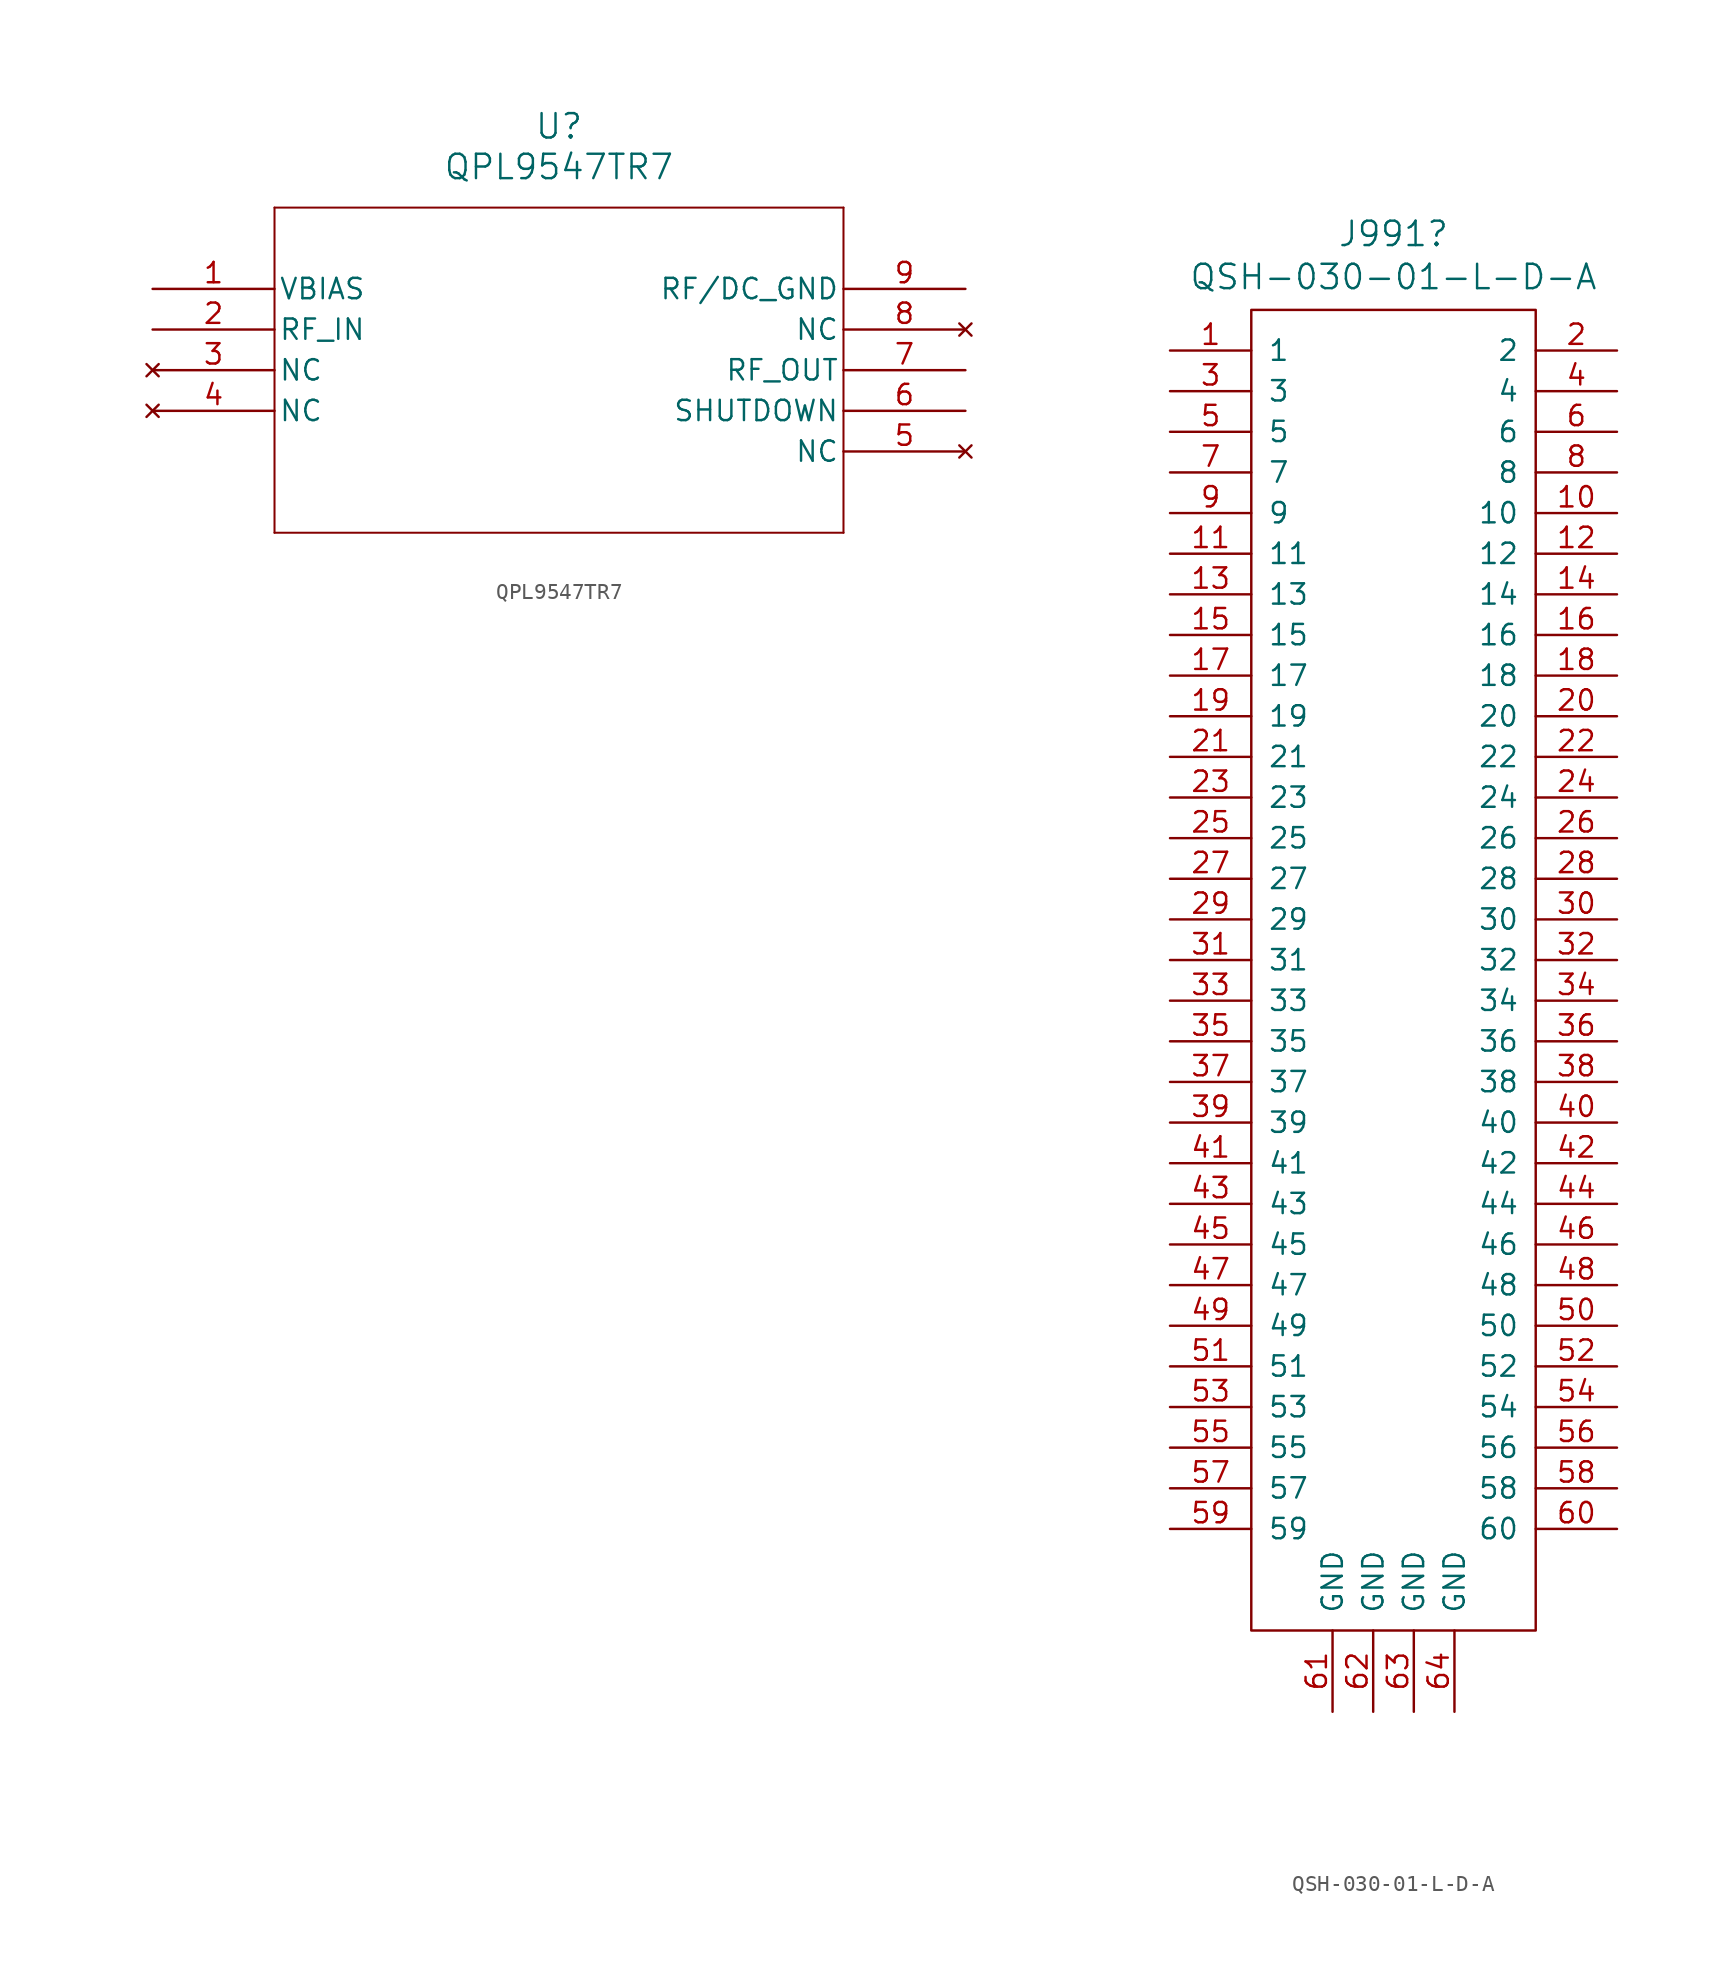
<source format=kicad_sym>
(kicad_symbol_lib
  (version 20241209)
  (generator "kicad_symbol_editor")
  (generator_version "9.0")
  (symbol "QPL9547TR7"
    (pin_names
      (offset 0.254))
    (property "Reference" "U"
      (at 25.4 10.16 0)
      (effects (font (size 1.524 1.524))))
    (property "Value" "QPL9547TR7"
      (at 25.4 7.62 0)
      (effects (font (size 1.524 1.524))))
    (symbol "QPL9547TR7_0_1"
      (polyline (pts (xy 7.62 5.08) (xy 7.62 -15.24)) (stroke (width 0.127) (type default)) (fill (type none)))
      (polyline (pts (xy 7.62 -15.24) (xy 43.18 -15.24)) (stroke (width 0.127) (type default)) (fill (type none)))
      (polyline (pts (xy 43.18 5.08) (xy 7.62 5.08)) (stroke (width 0.127) (type default)) (fill (type none)))
      (polyline (pts (xy 43.18 -15.24) (xy 43.18 5.08)) (stroke (width 0.127) (type default)) (fill (type none)))
      (pin unspecified line (at 0 0 0) (length 7.62) (name "VBIAS" (effects (font (size 1.27 1.27)))) (number "1" (effects (font (size 1.27 1.27)))))
      (pin input line (at 0 -2.54 0) (length 7.62) (name "RF_IN" (effects (font (size 1.27 1.27)))) (number "2" (effects (font (size 1.27 1.27)))))
      (pin no_connect line (at 0 -5.08 0) (length 7.62) (name "NC" (effects (font (size 1.27 1.27)))) (number "3" (effects (font (size 1.27 1.27)))))
      (pin no_connect line (at 0 -7.62 0) (length 7.62) (name "NC" (effects (font (size 1.27 1.27)))) (number "4" (effects (font (size 1.27 1.27)))))
      (pin power_out line (at 50.8 0 180) (length 7.62) (name "RF/DC_GND" (effects (font (size 1.27 1.27)))) (number "9" (effects (font (size 1.27 1.27)))))
      (pin no_connect line (at 50.8 -2.54 180) (length 7.62) (name "NC" (effects (font (size 1.27 1.27)))) (number "8" (effects (font (size 1.27 1.27)))))
      (pin output line (at 50.8 -5.08 180) (length 7.62) (name "RF_OUT" (effects (font (size 1.27 1.27)))) (number "7" (effects (font (size 1.27 1.27)))))
      (pin unspecified line (at 50.8 -7.62 180) (length 7.62) (name "SHUTDOWN" (effects (font (size 1.27 1.27)))) (number "6" (effects (font (size 1.27 1.27)))))
      (pin no_connect line (at 50.8 -10.16 180) (length 7.62) (name "NC" (effects (font (size 1.27 1.27)))) (number "5" (effects (font (size 1.27 1.27)))))))
  (symbol "QSH-030-01-L-D-A"
    (pin_names
      (offset 1.016))
    (property "Reference" "J991"
      (at 0 44.12 0)
      (effects (font (size 1.524 1.524))))
    (property "Value" "QSH-030-01-L-D-A"
      (at 0 41.427 0)
      (effects (font (size 1.524 1.524))))
    (symbol "QSH-030-01-L-D-A_0_1"
      (rectangle (start -8.89 39.37) (end 8.89 -43.18) (stroke (width 0) (type default)) (fill (type none))))
    (symbol "QSH-030-01-L-D-A_1_1"
      (pin passive line (at -13.97 36.83 0) (length 5.08) (name "1" (effects (font (size 1.27 1.27)))) (number "1" (effects (font (size 1.27 1.27)))))
      (pin passive line (at -13.97 34.29 0) (length 5.08) (name "3" (effects (font (size 1.27 1.27)))) (number "3" (effects (font (size 1.27 1.27)))))
      (pin passive line (at -13.97 31.75 0) (length 5.08) (name "5" (effects (font (size 1.27 1.27)))) (number "5" (effects (font (size 1.27 1.27)))))
      (pin passive line (at -13.97 29.21 0) (length 5.08) (name "7" (effects (font (size 1.27 1.27)))) (number "7" (effects (font (size 1.27 1.27)))))
      (pin passive line (at -13.97 26.67 0) (length 5.08) (name "9" (effects (font (size 1.27 1.27)))) (number "9" (effects (font (size 1.27 1.27)))))
      (pin passive line (at -13.97 24.13 0) (length 5.08) (name "11" (effects (font (size 1.27 1.27)))) (number "11" (effects (font (size 1.27 1.27)))))
      (pin passive line (at -13.97 21.59 0) (length 5.08) (name "13" (effects (font (size 1.27 1.27)))) (number "13" (effects (font (size 1.27 1.27)))))
      (pin passive line (at -13.97 19.05 0) (length 5.08) (name "15" (effects (font (size 1.27 1.27)))) (number "15" (effects (font (size 1.27 1.27)))))
      (pin passive line (at -13.97 16.51 0) (length 5.08) (name "17" (effects (font (size 1.27 1.27)))) (number "17" (effects (font (size 1.27 1.27)))))
      (pin passive line (at -13.97 13.97 0) (length 5.08) (name "19" (effects (font (size 1.27 1.27)))) (number "19" (effects (font (size 1.27 1.27)))))
      (pin passive line (at -13.97 11.43 0) (length 5.08) (name "21" (effects (font (size 1.27 1.27)))) (number "21" (effects (font (size 1.27 1.27)))))
      (pin passive line (at -13.97 8.89 0) (length 5.08) (name "23" (effects (font (size 1.27 1.27)))) (number "23" (effects (font (size 1.27 1.27)))))
      (pin passive line (at -13.97 6.35 0) (length 5.08) (name "25" (effects (font (size 1.27 1.27)))) (number "25" (effects (font (size 1.27 1.27)))))
      (pin passive line (at -13.97 3.81 0) (length 5.08) (name "27" (effects (font (size 1.27 1.27)))) (number "27" (effects (font (size 1.27 1.27)))))
      (pin passive line (at -13.97 1.27 0) (length 5.08) (name "29" (effects (font (size 1.27 1.27)))) (number "29" (effects (font (size 1.27 1.27)))))
      (pin passive line (at -13.97 -1.27 0) (length 5.08) (name "31" (effects (font (size 1.27 1.27)))) (number "31" (effects (font (size 1.27 1.27)))))
      (pin passive line (at -13.97 -3.81 0) (length 5.08) (name "33" (effects (font (size 1.27 1.27)))) (number "33" (effects (font (size 1.27 1.27)))))
      (pin passive line (at -13.97 -6.35 0) (length 5.08) (name "35" (effects (font (size 1.27 1.27)))) (number "35" (effects (font (size 1.27 1.27)))))
      (pin passive line (at -13.97 -8.89 0) (length 5.08) (name "37" (effects (font (size 1.27 1.27)))) (number "37" (effects (font (size 1.27 1.27)))))
      (pin passive line (at -13.97 -11.43 0) (length 5.08) (name "39" (effects (font (size 1.27 1.27)))) (number "39" (effects (font (size 1.27 1.27)))))
      (pin passive line (at -13.97 -13.97 0) (length 5.08) (name "41" (effects (font (size 1.27 1.27)))) (number "41" (effects (font (size 1.27 1.27)))))
      (pin passive line (at -13.97 -16.51 0) (length 5.08) (name "43" (effects (font (size 1.27 1.27)))) (number "43" (effects (font (size 1.27 1.27)))))
      (pin passive line (at -13.97 -19.05 0) (length 5.08) (name "45" (effects (font (size 1.27 1.27)))) (number "45" (effects (font (size 1.27 1.27)))))
      (pin passive line (at -13.97 -21.59 0) (length 5.08) (name "47" (effects (font (size 1.27 1.27)))) (number "47" (effects (font (size 1.27 1.27)))))
      (pin passive line (at -13.97 -24.13 0) (length 5.08) (name "49" (effects (font (size 1.27 1.27)))) (number "49" (effects (font (size 1.27 1.27)))))
      (pin passive line (at -13.97 -26.67 0) (length 5.08) (name "51" (effects (font (size 1.27 1.27)))) (number "51" (effects (font (size 1.27 1.27)))))
      (pin passive line (at -13.97 -29.21 0) (length 5.08) (name "53" (effects (font (size 1.27 1.27)))) (number "53" (effects (font (size 1.27 1.27)))))
      (pin passive line (at -13.97 -31.75 0) (length 5.08) (name "55" (effects (font (size 1.27 1.27)))) (number "55" (effects (font (size 1.27 1.27)))))
      (pin passive line (at -13.97 -34.29 0) (length 5.08) (name "57" (effects (font (size 1.27 1.27)))) (number "57" (effects (font (size 1.27 1.27)))))
      (pin passive line (at -13.97 -36.83 0) (length 5.08) (name "59" (effects (font (size 1.27 1.27)))) (number "59" (effects (font (size 1.27 1.27)))))
      (pin power_in line (at -3.81 -48.26 90) (length 5.08) (name "GND" (effects (font (size 1.27 1.27)))) (number "61" (effects (font (size 1.27 1.27)))))
      (pin power_in line (at -1.27 -48.26 90) (length 5.08) (name "GND" (effects (font (size 1.27 1.27)))) (number "62" (effects (font (size 1.27 1.27)))))
      (pin power_in line (at 1.27 -48.26 90) (length 5.08) (name "GND" (effects (font (size 1.27 1.27)))) (number "63" (effects (font (size 1.27 1.27)))))
      (pin power_in line (at 3.81 -48.26 90) (length 5.08) (name "GND" (effects (font (size 1.27 1.27)))) (number "64" (effects (font (size 1.27 1.27)))))
      (pin passive line (at 13.97 36.83 180) (length 5.08) (name "2" (effects (font (size 1.27 1.27)))) (number "2" (effects (font (size 1.27 1.27)))))
      (pin passive line (at 13.97 34.29 180) (length 5.08) (name "4" (effects (font (size 1.27 1.27)))) (number "4" (effects (font (size 1.27 1.27)))))
      (pin passive line (at 13.97 31.75 180) (length 5.08) (name "6" (effects (font (size 1.27 1.27)))) (number "6" (effects (font (size 1.27 1.27)))))
      (pin passive line (at 13.97 29.21 180) (length 5.08) (name "8" (effects (font (size 1.27 1.27)))) (number "8" (effects (font (size 1.27 1.27)))))
      (pin passive line (at 13.97 26.67 180) (length 5.08) (name "10" (effects (font (size 1.27 1.27)))) (number "10" (effects (font (size 1.27 1.27)))))
      (pin passive line (at 13.97 24.13 180) (length 5.08) (name "12" (effects (font (size 1.27 1.27)))) (number "12" (effects (font (size 1.27 1.27)))))
      (pin passive line (at 13.97 21.59 180) (length 5.08) (name "14" (effects (font (size 1.27 1.27)))) (number "14" (effects (font (size 1.27 1.27)))))
      (pin passive line (at 13.97 19.05 180) (length 5.08) (name "16" (effects (font (size 1.27 1.27)))) (number "16" (effects (font (size 1.27 1.27)))))
      (pin passive line (at 13.97 16.51 180) (length 5.08) (name "18" (effects (font (size 1.27 1.27)))) (number "18" (effects (font (size 1.27 1.27)))))
      (pin passive line (at 13.97 13.97 180) (length 5.08) (name "20" (effects (font (size 1.27 1.27)))) (number "20" (effects (font (size 1.27 1.27)))))
      (pin passive line (at 13.97 11.43 180) (length 5.08) (name "22" (effects (font (size 1.27 1.27)))) (number "22" (effects (font (size 1.27 1.27)))))
      (pin passive line (at 13.97 8.89 180) (length 5.08) (name "24" (effects (font (size 1.27 1.27)))) (number "24" (effects (font (size 1.27 1.27)))))
      (pin passive line (at 13.97 6.35 180) (length 5.08) (name "26" (effects (font (size 1.27 1.27)))) (number "26" (effects (font (size 1.27 1.27)))))
      (pin passive line (at 13.97 3.81 180) (length 5.08) (name "28" (effects (font (size 1.27 1.27)))) (number "28" (effects (font (size 1.27 1.27)))))
      (pin passive line (at 13.97 1.27 180) (length 5.08) (name "30" (effects (font (size 1.27 1.27)))) (number "30" (effects (font (size 1.27 1.27)))))
      (pin passive line (at 13.97 -1.27 180) (length 5.08) (name "32" (effects (font (size 1.27 1.27)))) (number "32" (effects (font (size 1.27 1.27)))))
      (pin passive line (at 13.97 -3.81 180) (length 5.08) (name "34" (effects (font (size 1.27 1.27)))) (number "34" (effects (font (size 1.27 1.27)))))
      (pin passive line (at 13.97 -6.35 180) (length 5.08) (name "36" (effects (font (size 1.27 1.27)))) (number "36" (effects (font (size 1.27 1.27)))))
      (pin passive line (at 13.97 -8.89 180) (length 5.08) (name "38" (effects (font (size 1.27 1.27)))) (number "38" (effects (font (size 1.27 1.27)))))
      (pin passive line (at 13.97 -11.43 180) (length 5.08) (name "40" (effects (font (size 1.27 1.27)))) (number "40" (effects (font (size 1.27 1.27)))))
      (pin passive line (at 13.97 -13.97 180) (length 5.08) (name "42" (effects (font (size 1.27 1.27)))) (number "42" (effects (font (size 1.27 1.27)))))
      (pin passive line (at 13.97 -16.51 180) (length 5.08) (name "44" (effects (font (size 1.27 1.27)))) (number "44" (effects (font (size 1.27 1.27)))))
      (pin passive line (at 13.97 -19.05 180) (length 5.08) (name "46" (effects (font (size 1.27 1.27)))) (number "46" (effects (font (size 1.27 1.27)))))
      (pin passive line (at 13.97 -21.59 180) (length 5.08) (name "48" (effects (font (size 1.27 1.27)))) (number "48" (effects (font (size 1.27 1.27)))))
      (pin passive line (at 13.97 -24.13 180) (length 5.08) (name "50" (effects (font (size 1.27 1.27)))) (number "50" (effects (font (size 1.27 1.27)))))
      (pin passive line (at 13.97 -26.67 180) (length 5.08) (name "52" (effects (font (size 1.27 1.27)))) (number "52" (effects (font (size 1.27 1.27)))))
      (pin passive line (at 13.97 -29.21 180) (length 5.08) (name "54" (effects (font (size 1.27 1.27)))) (number "54" (effects (font (size 1.27 1.27)))))
      (pin passive line (at 13.97 -31.75 180) (length 5.08) (name "56" (effects (font (size 1.27 1.27)))) (number "56" (effects (font (size 1.27 1.27)))))
      (pin passive line (at 13.97 -34.29 180) (length 5.08) (name "58" (effects (font (size 1.27 1.27)))) (number "58" (effects (font (size 1.27 1.27)))))
      (pin passive line (at 13.97 -36.83 180) (length 5.08) (name "60" (effects (font (size 1.27 1.27)))) (number "60" (effects (font (size 1.27 1.27))))))))
</source>
